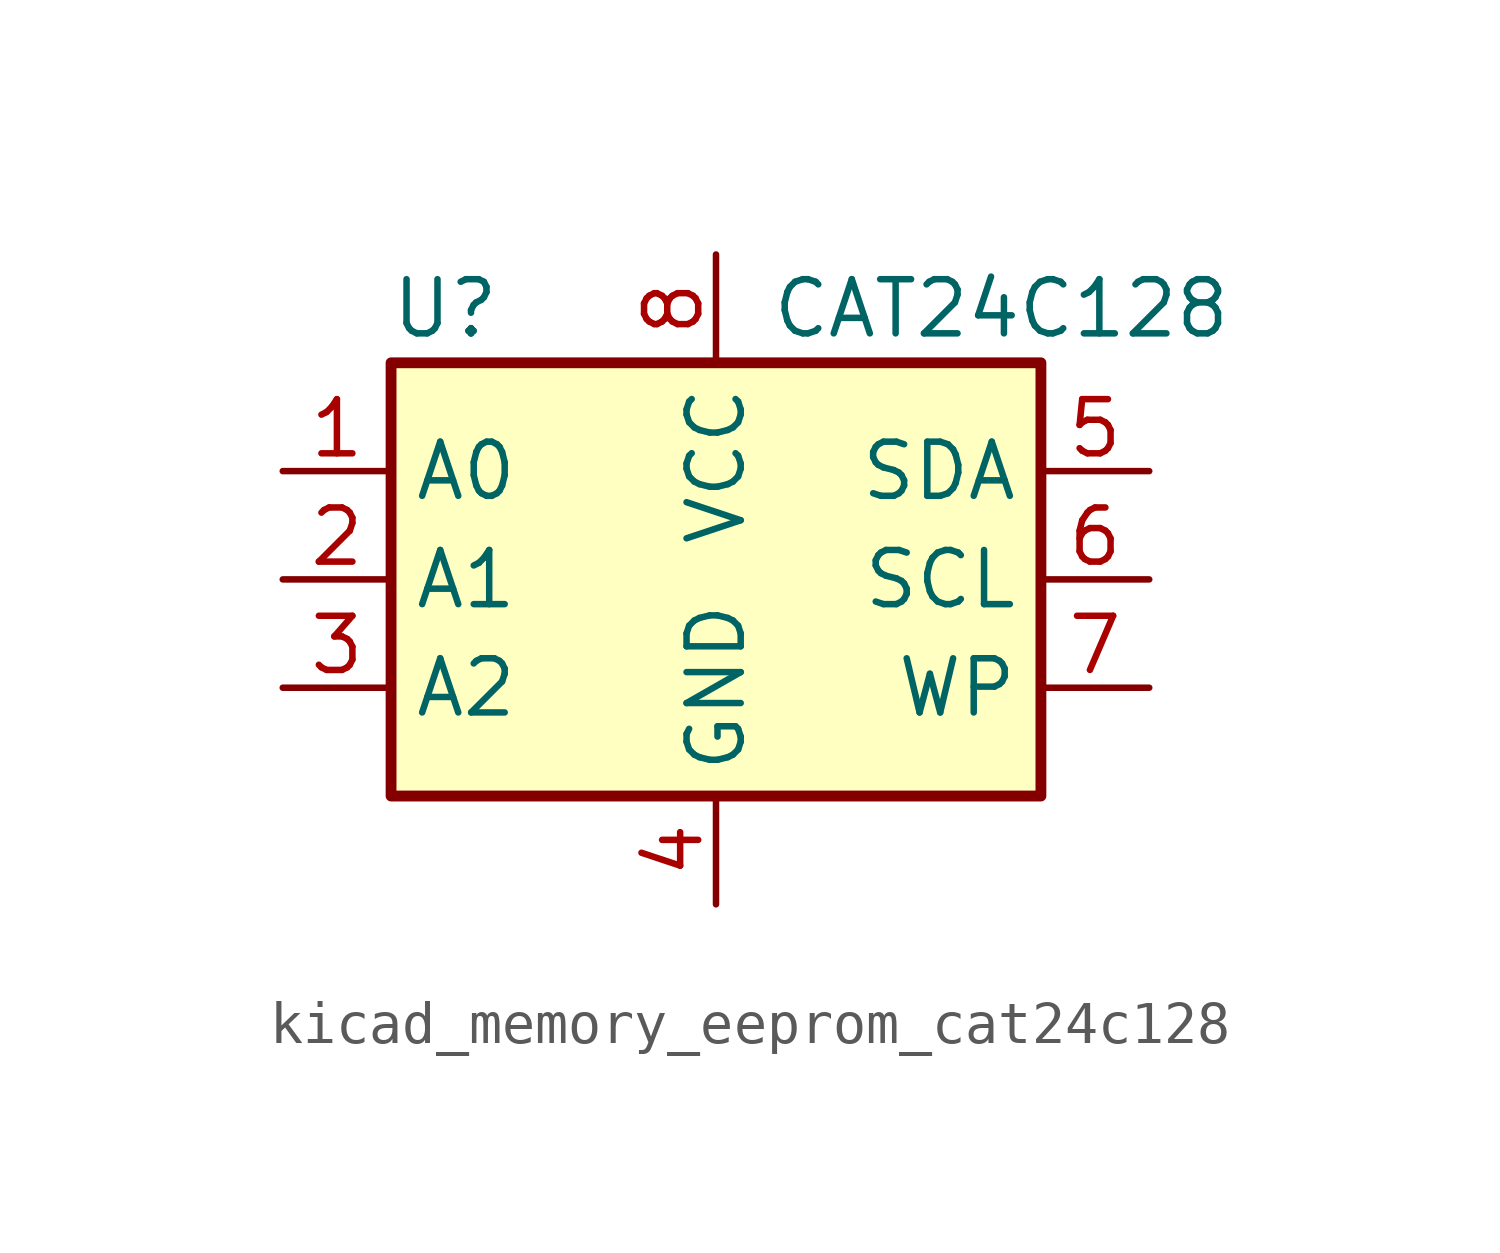
<source format=kicad_sym>
(kicad_symbol_lib
  (version 20220914)
  (generator kicad_symbol_editor)
  (symbol "kicad_memory_eeprom_cat24c128"
    (property "Reference" "U"
      (at -6.35 6.35 0)
      (effects (font (size 1.27 1.27))))
    (property "Value" "CAT24C128"
      (at 1.27 6.35 0)
      (effects (font (size 1.27 1.27)) (justify left)))
    (symbol "kicad_memory_eeprom_cat24c128_1_1"
      (rectangle (start -7.62 5.08) (end 7.62 -5.08) (stroke (width 0.254) (type default)) (fill (type background)))
      (pin input line (at -10.16 2.54 0) (length 2.54) (name "A0" (effects (font (size 1.27 1.27)))) (number "1" (effects (font (size 1.27 1.27)))))
      (pin input line (at -10.16 0 0) (length 2.54) (name "A1" (effects (font (size 1.27 1.27)))) (number "2" (effects (font (size 1.27 1.27)))))
      (pin input line (at -10.16 -2.54 0) (length 2.54) (name "A2" (effects (font (size 1.27 1.27)))) (number "3" (effects (font (size 1.27 1.27)))))
      (pin power_in line (at 0 -7.62 90) (length 2.54) (name "GND" (effects (font (size 1.27 1.27)))) (number "4" (effects (font (size 1.27 1.27)))))
      (pin bidirectional line (at 10.16 2.54 180) (length 2.54) (name "SDA" (effects (font (size 1.27 1.27)))) (number "5" (effects (font (size 1.27 1.27)))))
      (pin input line (at 10.16 0 180) (length 2.54) (name "SCL" (effects (font (size 1.27 1.27)))) (number "6" (effects (font (size 1.27 1.27)))))
      (pin input line (at 10.16 -2.54 180) (length 2.54) (name "WP" (effects (font (size 1.27 1.27)))) (number "7" (effects (font (size 1.27 1.27)))))
      (pin power_in line (at 0 7.62 270) (length 2.54) (name "VCC" (effects (font (size 1.27 1.27)))) (number "8" (effects (font (size 1.27 1.27))))))))
</source>
